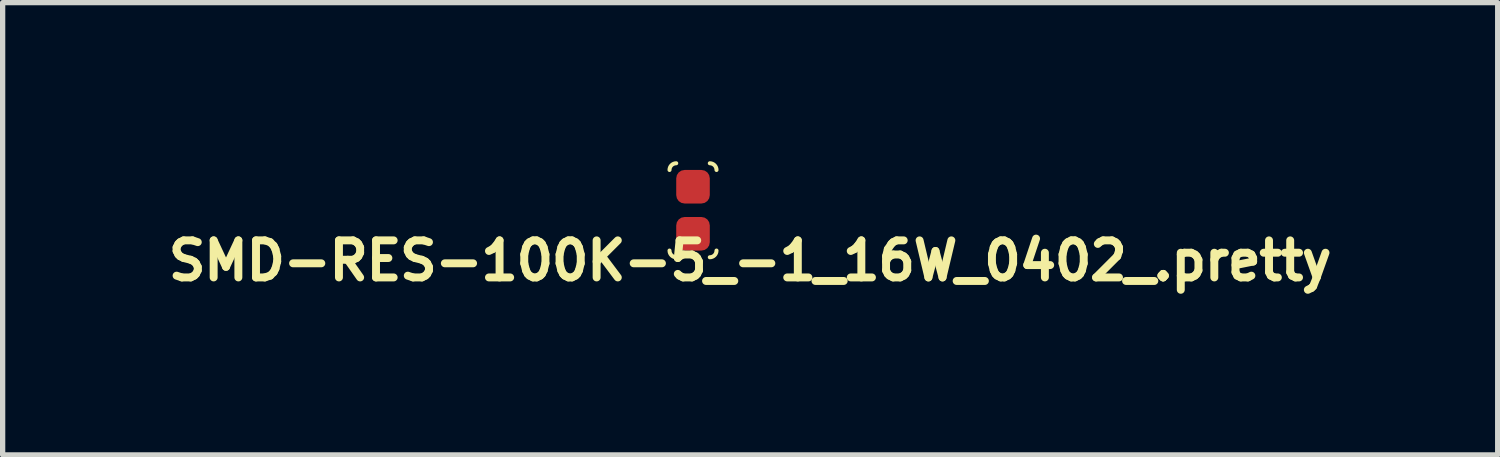
<source format=kicad_pcb>
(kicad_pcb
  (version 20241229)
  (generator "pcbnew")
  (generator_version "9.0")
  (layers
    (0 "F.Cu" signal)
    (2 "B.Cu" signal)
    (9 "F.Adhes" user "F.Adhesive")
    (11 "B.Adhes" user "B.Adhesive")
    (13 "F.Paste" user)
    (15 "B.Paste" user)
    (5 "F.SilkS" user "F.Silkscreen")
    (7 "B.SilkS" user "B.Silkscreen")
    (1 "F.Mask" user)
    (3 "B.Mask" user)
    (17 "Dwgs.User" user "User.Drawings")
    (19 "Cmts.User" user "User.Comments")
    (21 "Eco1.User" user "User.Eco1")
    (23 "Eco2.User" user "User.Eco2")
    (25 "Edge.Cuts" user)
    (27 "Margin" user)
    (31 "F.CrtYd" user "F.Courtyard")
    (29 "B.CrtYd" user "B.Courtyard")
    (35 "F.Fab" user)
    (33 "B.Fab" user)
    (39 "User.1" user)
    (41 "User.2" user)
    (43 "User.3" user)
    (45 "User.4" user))
  (footprint "SMD-RES-100K-5_-1_16W_0402_.pretty"
    (layer "F.Cu")
    (at 10.058 0.927)
    (property "Reference" "SMD-RES-100K-5_-1_16W_0402_.pretty" (at 1.081 0.954 180) (layer "F.SilkS") (effects (font (size 0.701 0.701) (thickness 0.15))))
    (attr smd)
    (fp_arc (start -0.4445 -0.762) (mid -0.407303 -0.851803) (end -0.3175 -0.889) (stroke (width 0.0762) (type solid)) (layer "F.SilkS"))
    (fp_arc (start -0.3175 0.889) (mid -0.407303 0.851803) (end -0.4445 0.762) (stroke (width 0.0762) (type solid)) (layer "F.SilkS"))
    (fp_arc (start 0.3175 -0.889) (mid 0.407303 -0.851803) (end 0.4445 -0.762) (stroke (width 0.0762) (type solid)) (layer "F.SilkS"))
    (fp_arc (start 0.4445 0.762) (mid 0.407303 0.851803) (end 0.3175 0.889) (stroke (width 0.0762) (type solid)) (layer "F.SilkS"))
    (pad "1" smd roundrect (at 0 -0.445) (size 0.635 0.635) (layers "F.Cu" "F.Mask" "F.Paste") (roundrect_rratio 0.25))
    (pad "2" smd roundrect (at 0 0.445) (size 0.635 0.635) (layers "F.Cu" "F.Mask" "F.Paste") (roundrect_rratio 0.25)))
  (gr_rect
    (start -3 -3)
    (end 25.278 5.554)
    (stroke (width 0.1) (type default))
    (fill no)
    (layer "Edge.Cuts")))
</source>
